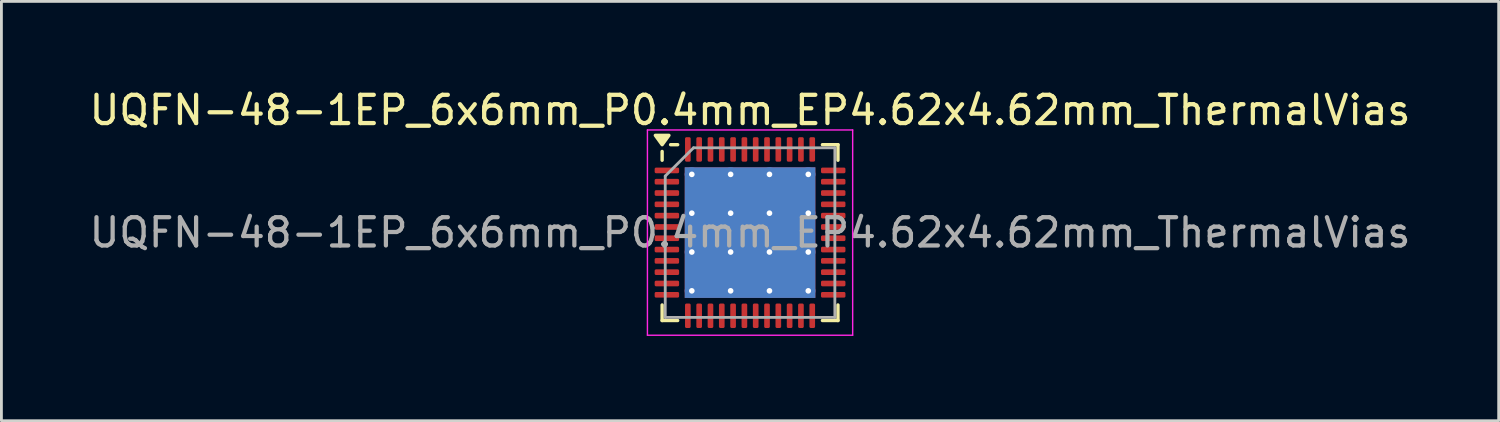
<source format=kicad_pcb>
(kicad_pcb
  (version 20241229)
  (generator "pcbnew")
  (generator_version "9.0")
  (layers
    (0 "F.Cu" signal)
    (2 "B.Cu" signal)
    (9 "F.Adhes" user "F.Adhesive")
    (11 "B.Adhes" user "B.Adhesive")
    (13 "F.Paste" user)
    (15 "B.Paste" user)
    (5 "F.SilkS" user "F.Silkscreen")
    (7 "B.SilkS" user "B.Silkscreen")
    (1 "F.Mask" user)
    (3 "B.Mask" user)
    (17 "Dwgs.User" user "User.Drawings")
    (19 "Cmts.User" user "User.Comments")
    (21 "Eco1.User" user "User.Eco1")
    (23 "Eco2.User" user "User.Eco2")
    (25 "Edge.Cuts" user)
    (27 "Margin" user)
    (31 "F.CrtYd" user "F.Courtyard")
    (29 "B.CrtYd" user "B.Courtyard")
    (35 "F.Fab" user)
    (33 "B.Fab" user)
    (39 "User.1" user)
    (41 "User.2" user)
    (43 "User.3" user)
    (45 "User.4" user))
  (footprint "UQFN-48-1EP_6x6mm_P0.4mm_EP4.62x4.62mm_ThermalVias"
    (layer "F.Cu")
    (at 23.482 5.178)
    (property "Reference" "UQFN-48-1EP_6x6mm_P0.4mm_EP4.62x4.62mm_ThermalVias" (at 0 -4.33 0) (layer "F.SilkS") (effects (font (size 1 1) (thickness 0.15))))
    (attr smd)
    (fp_line (start -3.11 -2.56) (end -3.11 -2.87) (stroke (width 0.12) (type solid)) (layer "F.SilkS"))
    (fp_line (start -3.11 3.11) (end -3.11 2.56) (stroke (width 0.12) (type solid)) (layer "F.SilkS"))
    (fp_line (start -2.56 -3.11) (end -2.81 -3.11) (stroke (width 0.12) (type solid)) (layer "F.SilkS"))
    (fp_line (start -2.56 3.11) (end -3.11 3.11) (stroke (width 0.12) (type solid)) (layer "F.SilkS"))
    (fp_line (start 2.56 -3.11) (end 3.11 -3.11) (stroke (width 0.12) (type solid)) (layer "F.SilkS"))
    (fp_line (start 2.56 3.11) (end 3.11 3.11) (stroke (width 0.12) (type solid)) (layer "F.SilkS"))
    (fp_line (start 3.11 -3.11) (end 3.11 -2.56) (stroke (width 0.12) (type solid)) (layer "F.SilkS"))
    (fp_line (start 3.11 3.11) (end 3.11 2.56) (stroke (width 0.12) (type solid)) (layer "F.SilkS"))
    (fp_poly (pts (xy -3.11 -3.11) (xy -3.35 -3.44) (xy -2.87 -3.44) (xy -3.11 -3.11)) (stroke (width 0.12) (type solid)) (fill yes) (layer "F.SilkS"))
    (fp_line (start -3.63 -3.63) (end -3.63 3.63) (stroke (width 0.05) (type solid)) (layer "F.CrtYd"))
    (fp_line (start -3.63 3.63) (end 3.63 3.63) (stroke (width 0.05) (type solid)) (layer "F.CrtYd"))
    (fp_line (start 3.63 -3.63) (end -3.63 -3.63) (stroke (width 0.05) (type solid)) (layer "F.CrtYd"))
    (fp_line (start 3.63 3.63) (end 3.63 -3.63) (stroke (width 0.05) (type solid)) (layer "F.CrtYd"))
    (fp_line (start -3 -2) (end -2 -3) (stroke (width 0.1) (type solid)) (layer "F.Fab"))
    (fp_line (start -3 3) (end -3 -2) (stroke (width 0.1) (type solid)) (layer "F.Fab"))
    (fp_line (start -2 -3) (end 3 -3) (stroke (width 0.1) (type solid)) (layer "F.Fab"))
    (fp_line (start 3 -3) (end 3 3) (stroke (width 0.1) (type solid)) (layer "F.Fab"))
    (fp_line (start 3 3) (end -3 3) (stroke (width 0.1) (type solid)) (layer "F.Fab"))
    (fp_text user "${REFERENCE}" (at 0 0 0) (layer "F.Fab") (effects (font (size 1 1) (thickness 0.15))))
    (pad "" smd roundrect (at -1.373 -1.373) (size 1.193 1.193) (layers "F.Paste") (roundrect_rratio 0.21))
    (pad "" smd roundrect (at -1.373 0) (size 1.193 1.193) (layers "F.Paste") (roundrect_rratio 0.21))
    (pad "" smd roundrect (at -1.373 1.373) (size 1.193 1.193) (layers "F.Paste") (roundrect_rratio 0.21))
    (pad "" smd roundrect (at 0 -1.373) (size 1.193 1.193) (layers "F.Paste") (roundrect_rratio 0.21))
    (pad "" smd roundrect (at 0 0) (size 1.193 1.193) (layers "F.Paste") (roundrect_rratio 0.21))
    (pad "" smd roundrect (at 0 1.373) (size 1.193 1.193) (layers "F.Paste") (roundrect_rratio 0.21))
    (pad "" smd roundrect (at 1.373 -1.373) (size 1.193 1.193) (layers "F.Paste") (roundrect_rratio 0.21))
    (pad "" smd roundrect (at 1.373 0) (size 1.193 1.193) (layers "F.Paste") (roundrect_rratio 0.21))
    (pad "" smd roundrect (at 1.373 1.373) (size 1.193 1.193) (layers "F.Paste") (roundrect_rratio 0.21))
    (pad "1" smd roundrect (at -2.942 -2.2) (size 0.865 0.2) (layers "F.Cu" "F.Mask" "F.Paste") (roundrect_rratio 0.25))
    (pad "2" smd roundrect (at -2.942 -1.8) (size 0.865 0.2) (layers "F.Cu" "F.Mask" "F.Paste") (roundrect_rratio 0.25))
    (pad "3" smd roundrect (at -2.942 -1.4) (size 0.865 0.2) (layers "F.Cu" "F.Mask" "F.Paste") (roundrect_rratio 0.25))
    (pad "4" smd roundrect (at -2.942 -1) (size 0.865 0.2) (layers "F.Cu" "F.Mask" "F.Paste") (roundrect_rratio 0.25))
    (pad "5" smd roundrect (at -2.942 -0.6) (size 0.865 0.2) (layers "F.Cu" "F.Mask" "F.Paste") (roundrect_rratio 0.25))
    (pad "6" smd roundrect (at -2.942 -0.2) (size 0.865 0.2) (layers "F.Cu" "F.Mask" "F.Paste") (roundrect_rratio 0.25))
    (pad "7" smd roundrect (at -2.942 0.2) (size 0.865 0.2) (layers "F.Cu" "F.Mask" "F.Paste") (roundrect_rratio 0.25))
    (pad "8" smd roundrect (at -2.942 0.6) (size 0.865 0.2) (layers "F.Cu" "F.Mask" "F.Paste") (roundrect_rratio 0.25))
    (pad "9" smd roundrect (at -2.942 1) (size 0.865 0.2) (layers "F.Cu" "F.Mask" "F.Paste") (roundrect_rratio 0.25))
    (pad "10" smd roundrect (at -2.942 1.4) (size 0.865 0.2) (layers "F.Cu" "F.Mask" "F.Paste") (roundrect_rratio 0.25))
    (pad "11" smd roundrect (at -2.942 1.8) (size 0.865 0.2) (layers "F.Cu" "F.Mask" "F.Paste") (roundrect_rratio 0.25))
    (pad "12" smd roundrect (at -2.942 2.2) (size 0.865 0.2) (layers "F.Cu" "F.Mask" "F.Paste") (roundrect_rratio 0.25))
    (pad "13" smd roundrect (at -2.2 2.942) (size 0.2 0.865) (layers "F.Cu" "F.Mask" "F.Paste") (roundrect_rratio 0.25))
    (pad "14" smd roundrect (at -1.8 2.942) (size 0.2 0.865) (layers "F.Cu" "F.Mask" "F.Paste") (roundrect_rratio 0.25))
    (pad "15" smd roundrect (at -1.4 2.942) (size 0.2 0.865) (layers "F.Cu" "F.Mask" "F.Paste") (roundrect_rratio 0.25))
    (pad "16" smd roundrect (at -1 2.942) (size 0.2 0.865) (layers "F.Cu" "F.Mask" "F.Paste") (roundrect_rratio 0.25))
    (pad "17" smd roundrect (at -0.6 2.942) (size 0.2 0.865) (layers "F.Cu" "F.Mask" "F.Paste") (roundrect_rratio 0.25))
    (pad "18" smd roundrect (at -0.2 2.942) (size 0.2 0.865) (layers "F.Cu" "F.Mask" "F.Paste") (roundrect_rratio 0.25))
    (pad "19" smd roundrect (at 0.2 2.942) (size 0.2 0.865) (layers "F.Cu" "F.Mask" "F.Paste") (roundrect_rratio 0.25))
    (pad "20" smd roundrect (at 0.6 2.942) (size 0.2 0.865) (layers "F.Cu" "F.Mask" "F.Paste") (roundrect_rratio 0.25))
    (pad "21" smd roundrect (at 1 2.942) (size 0.2 0.865) (layers "F.Cu" "F.Mask" "F.Paste") (roundrect_rratio 0.25))
    (pad "22" smd roundrect (at 1.4 2.942) (size 0.2 0.865) (layers "F.Cu" "F.Mask" "F.Paste") (roundrect_rratio 0.25))
    (pad "23" smd roundrect (at 1.8 2.942) (size 0.2 0.865) (layers "F.Cu" "F.Mask" "F.Paste") (roundrect_rratio 0.25))
    (pad "24" smd roundrect (at 2.2 2.942) (size 0.2 0.865) (layers "F.Cu" "F.Mask" "F.Paste") (roundrect_rratio 0.25))
    (pad "25" smd roundrect (at 2.942 2.2) (size 0.865 0.2) (layers "F.Cu" "F.Mask" "F.Paste") (roundrect_rratio 0.25))
    (pad "26" smd roundrect (at 2.942 1.8) (size 0.865 0.2) (layers "F.Cu" "F.Mask" "F.Paste") (roundrect_rratio 0.25))
    (pad "27" smd roundrect (at 2.942 1.4) (size 0.865 0.2) (layers "F.Cu" "F.Mask" "F.Paste") (roundrect_rratio 0.25))
    (pad "28" smd roundrect (at 2.942 1) (size 0.865 0.2) (layers "F.Cu" "F.Mask" "F.Paste") (roundrect_rratio 0.25))
    (pad "29" smd roundrect (at 2.942 0.6) (size 0.865 0.2) (layers "F.Cu" "F.Mask" "F.Paste") (roundrect_rratio 0.25))
    (pad "30" smd roundrect (at 2.942 0.2) (size 0.865 0.2) (layers "F.Cu" "F.Mask" "F.Paste") (roundrect_rratio 0.25))
    (pad "31" smd roundrect (at 2.942 -0.2) (size 0.865 0.2) (layers "F.Cu" "F.Mask" "F.Paste") (roundrect_rratio 0.25))
    (pad "32" smd roundrect (at 2.942 -0.6) (size 0.865 0.2) (layers "F.Cu" "F.Mask" "F.Paste") (roundrect_rratio 0.25))
    (pad "33" smd roundrect (at 2.942 -1) (size 0.865 0.2) (layers "F.Cu" "F.Mask" "F.Paste") (roundrect_rratio 0.25))
    (pad "34" smd roundrect (at 2.942 -1.4) (size 0.865 0.2) (layers "F.Cu" "F.Mask" "F.Paste") (roundrect_rratio 0.25))
    (pad "35" smd roundrect (at 2.942 -1.8) (size 0.865 0.2) (layers "F.Cu" "F.Mask" "F.Paste") (roundrect_rratio 0.25))
    (pad "36" smd roundrect (at 2.942 -2.2) (size 0.865 0.2) (layers "F.Cu" "F.Mask" "F.Paste") (roundrect_rratio 0.25))
    (pad "37" smd roundrect (at 2.2 -2.942) (size 0.2 0.865) (layers "F.Cu" "F.Mask" "F.Paste") (roundrect_rratio 0.25))
    (pad "38" smd roundrect (at 1.8 -2.942) (size 0.2 0.865) (layers "F.Cu" "F.Mask" "F.Paste") (roundrect_rratio 0.25))
    (pad "39" smd roundrect (at 1.4 -2.942) (size 0.2 0.865) (layers "F.Cu" "F.Mask" "F.Paste") (roundrect_rratio 0.25))
    (pad "40" smd roundrect (at 1 -2.942) (size 0.2 0.865) (layers "F.Cu" "F.Mask" "F.Paste") (roundrect_rratio 0.25))
    (pad "41" smd roundrect (at 0.6 -2.942) (size 0.2 0.865) (layers "F.Cu" "F.Mask" "F.Paste") (roundrect_rratio 0.25))
    (pad "42" smd roundrect (at 0.2 -2.942) (size 0.2 0.865) (layers "F.Cu" "F.Mask" "F.Paste") (roundrect_rratio 0.25))
    (pad "43" smd roundrect (at -0.2 -2.942) (size 0.2 0.865) (layers "F.Cu" "F.Mask" "F.Paste") (roundrect_rratio 0.25))
    (pad "44" smd roundrect (at -0.6 -2.942) (size 0.2 0.865) (layers "F.Cu" "F.Mask" "F.Paste") (roundrect_rratio 0.25))
    (pad "45" smd roundrect (at -1 -2.942) (size 0.2 0.865) (layers "F.Cu" "F.Mask" "F.Paste") (roundrect_rratio 0.25))
    (pad "46" smd roundrect (at -1.4 -2.942) (size 0.2 0.865) (layers "F.Cu" "F.Mask" "F.Paste") (roundrect_rratio 0.25))
    (pad "47" smd roundrect (at -1.8 -2.942) (size 0.2 0.865) (layers "F.Cu" "F.Mask" "F.Paste") (roundrect_rratio 0.25))
    (pad "48" smd roundrect (at -2.2 -2.942) (size 0.2 0.865) (layers "F.Cu" "F.Mask" "F.Paste") (roundrect_rratio 0.25))
    (pad "49" thru_hole circle (at -2.06 -2.06) (size 0.5 0.5) (drill 0.2) (property pad_prop_heatsink) (layers "*.Cu"))
    (pad "49" thru_hole circle (at -2.06 -0.687) (size 0.5 0.5) (drill 0.2) (property pad_prop_heatsink) (layers "*.Cu"))
    (pad "49" thru_hole circle (at -2.06 0.687) (size 0.5 0.5) (drill 0.2) (property pad_prop_heatsink) (layers "*.Cu"))
    (pad "49" thru_hole circle (at -2.06 2.06) (size 0.5 0.5) (drill 0.2) (property pad_prop_heatsink) (layers "*.Cu"))
    (pad "49" thru_hole circle (at -0.687 -2.06) (size 0.5 0.5) (drill 0.2) (property pad_prop_heatsink) (layers "*.Cu"))
    (pad "49" thru_hole circle (at -0.687 -0.687) (size 0.5 0.5) (drill 0.2) (property pad_prop_heatsink) (layers "*.Cu"))
    (pad "49" thru_hole circle (at -0.687 0.687) (size 0.5 0.5) (drill 0.2) (property pad_prop_heatsink) (layers "*.Cu"))
    (pad "49" thru_hole circle (at -0.687 2.06) (size 0.5 0.5) (drill 0.2) (property pad_prop_heatsink) (layers "*.Cu"))
    (pad "49" smd rect (at 0 0) (size 4.62 4.62) (property pad_prop_heatsink) (layers "F.Cu" "F.Mask"))
    (pad "49" smd rect (at 0 0) (size 4.62 4.62) (property pad_prop_heatsink) (layers "B.Cu"))
    (pad "49" thru_hole circle (at 0.687 -2.06) (size 0.5 0.5) (drill 0.2) (property pad_prop_heatsink) (layers "*.Cu"))
    (pad "49" thru_hole circle (at 0.687 -0.687) (size 0.5 0.5) (drill 0.2) (property pad_prop_heatsink) (layers "*.Cu"))
    (pad "49" thru_hole circle (at 0.687 0.687) (size 0.5 0.5) (drill 0.2) (property pad_prop_heatsink) (layers "*.Cu"))
    (pad "49" thru_hole circle (at 0.687 2.06) (size 0.5 0.5) (drill 0.2) (property pad_prop_heatsink) (layers "*.Cu"))
    (pad "49" thru_hole circle (at 2.06 -2.06) (size 0.5 0.5) (drill 0.2) (property pad_prop_heatsink) (layers "*.Cu"))
    (pad "49" thru_hole circle (at 2.06 -0.687) (size 0.5 0.5) (drill 0.2) (property pad_prop_heatsink) (layers "*.Cu"))
    (pad "49" thru_hole circle (at 2.06 0.687) (size 0.5 0.5) (drill 0.2) (property pad_prop_heatsink) (layers "*.Cu"))
    (pad "49" thru_hole circle (at 2.06 2.06) (size 0.5 0.5) (drill 0.2) (property pad_prop_heatsink) (layers "*.Cu")))
  (gr_rect
    (start -3 -3)
    (end 49.964 11.833)
    (stroke (width 0.1) (type default))
    (fill no)
    (layer "Edge.Cuts")))
</source>
